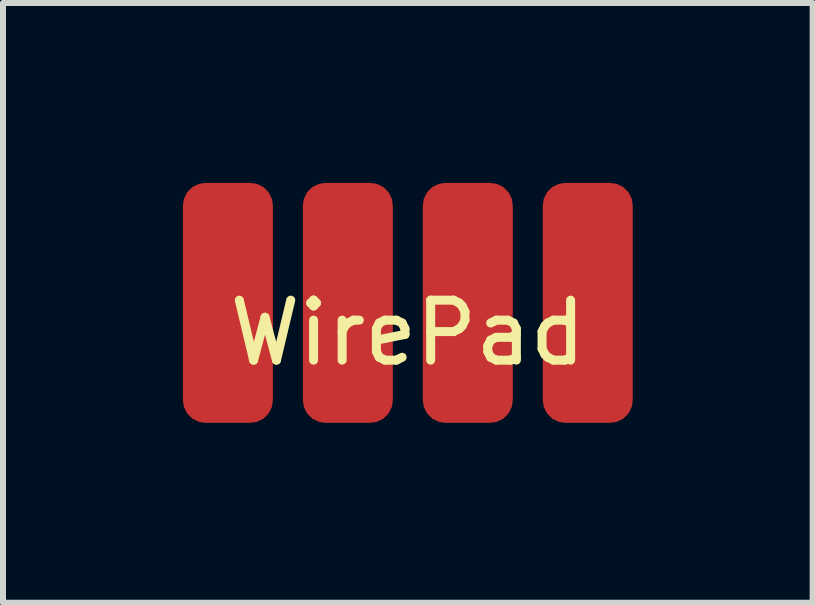
<source format=kicad_pcb>
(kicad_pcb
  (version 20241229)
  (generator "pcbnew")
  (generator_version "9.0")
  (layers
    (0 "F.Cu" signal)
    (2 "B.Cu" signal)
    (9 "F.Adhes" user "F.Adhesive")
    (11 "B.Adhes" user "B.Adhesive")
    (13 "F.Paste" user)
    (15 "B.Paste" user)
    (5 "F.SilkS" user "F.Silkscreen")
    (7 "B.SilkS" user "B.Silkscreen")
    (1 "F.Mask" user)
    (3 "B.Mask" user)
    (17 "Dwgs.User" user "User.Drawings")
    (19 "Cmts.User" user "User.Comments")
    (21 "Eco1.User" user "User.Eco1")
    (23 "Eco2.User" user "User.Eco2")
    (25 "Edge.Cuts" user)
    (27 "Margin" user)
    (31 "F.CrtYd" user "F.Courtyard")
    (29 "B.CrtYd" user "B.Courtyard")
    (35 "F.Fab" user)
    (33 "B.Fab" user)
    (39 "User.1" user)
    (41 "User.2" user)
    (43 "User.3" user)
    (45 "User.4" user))
  (footprint "WirePad"
    (layer "F.Cu")
    (at 3.75 2)
    (property "Reference" "WirePad" (at 0 0.5 0) (layer "F.SilkS") (effects (font (size 1 1) (thickness 0.15))))
    (attr through_hole)
    (pad "1" smd roundrect (at -3 0) (size 1.5 4) (layers "F.Cu" "F.Mask" "F.Paste") (roundrect_rratio 0.25))
    (pad "2" smd roundrect (at -1 0) (size 1.5 4) (layers "F.Cu" "F.Mask" "F.Paste") (roundrect_rratio 0.25))
    (pad "3" smd roundrect (at 1 0) (size 1.5 4) (layers "F.Cu" "F.Mask" "F.Paste") (roundrect_rratio 0.25))
    (pad "4" smd roundrect (at 3 0) (size 1.5 4) (layers "F.Cu" "F.Mask" "F.Paste") (roundrect_rratio 0.25)))
  (gr_rect
    (start -3 -3)
    (end 10.5 7)
    (stroke (width 0.1) (type default))
    (fill no)
    (layer "Edge.Cuts")))
</source>
